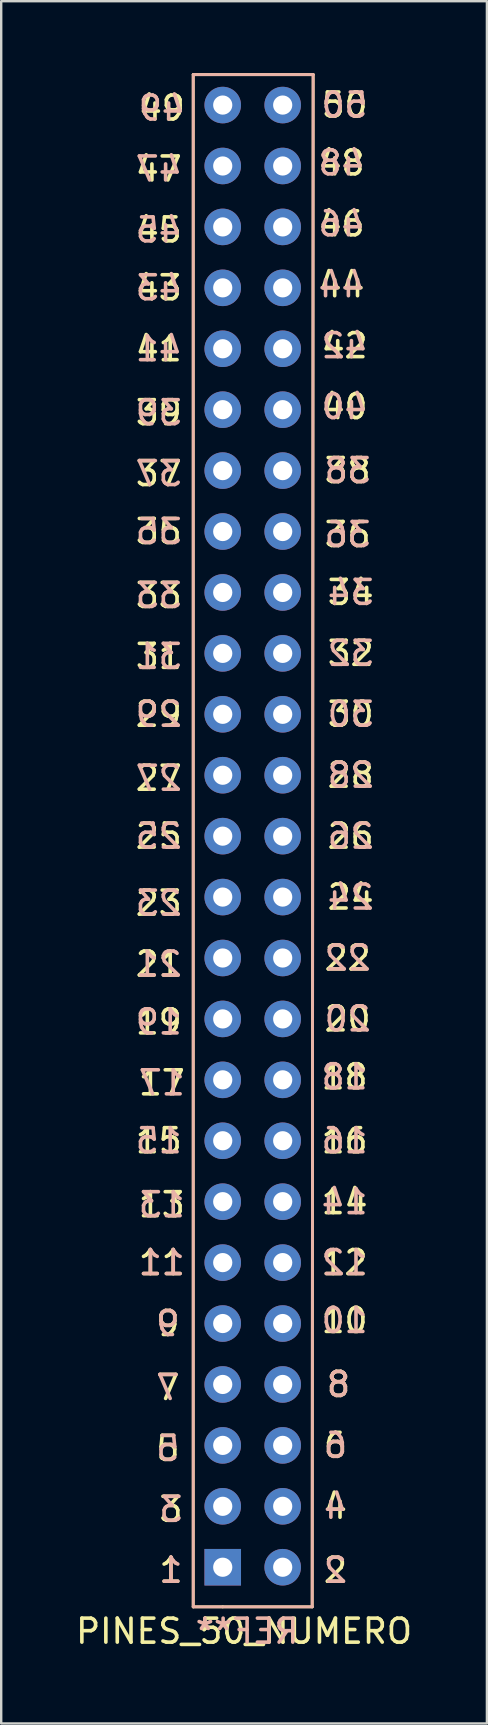
<source format=kicad_pcb>
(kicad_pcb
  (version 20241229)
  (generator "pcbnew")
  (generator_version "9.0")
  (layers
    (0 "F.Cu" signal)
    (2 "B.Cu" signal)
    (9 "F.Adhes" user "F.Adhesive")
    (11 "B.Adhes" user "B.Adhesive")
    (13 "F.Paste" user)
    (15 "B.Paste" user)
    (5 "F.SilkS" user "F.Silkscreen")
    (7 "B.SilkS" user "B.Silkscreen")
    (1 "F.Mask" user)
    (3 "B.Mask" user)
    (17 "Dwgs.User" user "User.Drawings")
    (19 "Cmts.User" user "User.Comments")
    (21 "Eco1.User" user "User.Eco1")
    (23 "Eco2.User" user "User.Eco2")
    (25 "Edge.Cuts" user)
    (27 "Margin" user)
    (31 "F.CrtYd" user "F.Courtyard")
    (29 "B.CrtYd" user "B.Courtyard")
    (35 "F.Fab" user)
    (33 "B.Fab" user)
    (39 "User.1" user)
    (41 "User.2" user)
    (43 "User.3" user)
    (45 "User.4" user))
  (footprint "PINES_50_NUMERO"
    (layer "F.Cu")
    (at 7.506 31.81)
    (property "Reference" "PINES_50_NUMERO" (at -0.381 33.147 0) (layer "F.SilkS") (effects (font (size 1 1) (thickness 0.15))))
    (attr through_hole)
    (fp_line (start -2.5 32.131) (end -2.5 -31.75) (stroke (width 0.12) (type solid)) (layer "F.SilkS"))
    (fp_line (start -1.27 32.131) (end -2.5 32.131) (stroke (width 0.12) (type solid)) (layer "F.SilkS"))
    (fp_line (start -1.27 32.131) (end 2.46 32.131) (stroke (width 0.12) (type solid)) (layer "F.SilkS"))
    (fp_line (start 2.46 32.131) (end 2.5 -31.75) (stroke (width 0.12) (type solid)) (layer "F.SilkS"))
    (fp_line (start 2.5 -31.75) (end -2.5 -31.75) (stroke (width 0.12) (type solid)) (layer "F.SilkS"))
    (fp_line (start -2.5 -31.75) (end -2.5 32.131) (stroke (width 0.12) (type solid)) (layer "B.SilkS"))
    (fp_line (start -2.5 -31.75) (end 2.5 -31.75) (stroke (width 0.12) (type solid)) (layer "B.SilkS"))
    (fp_line (start -2.5 32.131) (end 2.46 32.131) (stroke (width 0.12) (type solid)) (layer "B.SilkS"))
    (fp_line (start 2.5 -31.75) (end 2.46 32.131) (stroke (width 0.12) (type solid)) (layer "B.SilkS"))
    (fp_text user "13" (at -3.81 15.367 0) (layer "F.SilkS") (effects (font (size 1 1) (thickness 0.15))))
    (fp_text user "20" (at 3.937 7.62 0) (layer "F.SilkS") (effects (font (size 1 1) (thickness 0.15))))
    (fp_text user "9" (at -3.556 20.32 0) (layer "F.SilkS") (effects (font (size 1 1) (thickness 0.15))))
    (fp_text user "37" (at -3.937 -15.113 0) (layer "F.SilkS") (effects (font (size 1 1) (thickness 0.15))))
    (fp_text user "5" (at -3.556 25.527 0) (layer "F.SilkS") (effects (font (size 1 1) (thickness 0.15))))
    (fp_text user "47" (at -3.937 -27.813 0) (layer "F.SilkS") (effects (font (size 1 1) (thickness 0.15))))
    (fp_text user "25" (at -3.937 0 0) (layer "F.SilkS") (effects (font (size 1 1) (thickness 0.15))))
    (fp_text user "23" (at -3.937 2.794 0) (layer "F.SilkS") (effects (font (size 1 1) (thickness 0.15))))
    (fp_text user "21" (at -3.937 5.334 0) (layer "F.SilkS") (effects (font (size 1 1) (thickness 0.15))))
    (fp_text user "44" (at 3.683 -22.987 0) (layer "F.SilkS") (effects (font (size 1 1) (thickness 0.15))))
    (fp_text user "4" (at 3.429 27.94 0) (layer "F.SilkS") (effects (font (size 1 1) (thickness 0.15))))
    (fp_text user "34" (at 4.064 -10.16 0) (layer "F.SilkS") (effects (font (size 1 1) (thickness 0.15))))
    (fp_text user "27" (at -3.937 -2.413 0) (layer "F.SilkS") (effects (font (size 1 1) (thickness 0.15))))
    (fp_text user "10" (at 3.81 20.193 0) (layer "F.SilkS") (effects (font (size 1 1) (thickness 0.15))))
    (fp_text user "3" (at -3.429 28.067 0) (layer "F.SilkS") (effects (font (size 1 1) (thickness 0.15))))
    (fp_text user "24" (at 4.064 2.54 0) (layer "F.SilkS") (effects (font (size 1 1) (thickness 0.15))))
    (fp_text user "35" (at -3.937 -12.7 0) (layer "F.SilkS") (effects (font (size 1 1) (thickness 0.15))))
    (fp_text user "7" (at -3.556 22.987 0) (layer "F.SilkS") (effects (font (size 1 1) (thickness 0.15))))
    (fp_text user "17" (at -3.81 10.287 0) (layer "F.SilkS") (effects (font (size 1 1) (thickness 0.15))))
    (fp_text user "1" (at -3.429 30.607 0) (layer "F.SilkS") (effects (font (size 1 1) (thickness 0.15))))
    (fp_text user "40" (at 3.81 -17.907 0) (layer "F.SilkS") (effects (font (size 1 1) (thickness 0.15))))
    (fp_text user "29" (at -3.937 -5.08 0) (layer "F.SilkS") (effects (font (size 1 1) (thickness 0.15))))
    (fp_text user "36" (at 3.937 -12.573 0) (layer "F.SilkS") (effects (font (size 1 1) (thickness 0.15))))
    (fp_text user "26" (at 4.064 0 0) (layer "F.SilkS") (effects (font (size 1 1) (thickness 0.15))))
    (fp_text user "45" (at -3.937 -25.273 0) (layer "F.SilkS") (effects (font (size 1 1) (thickness 0.15))))
    (fp_text user "19" (at -3.937 7.747 0) (layer "F.SilkS") (effects (font (size 1 1) (thickness 0.15))))
    (fp_text user "39" (at -3.937 -17.653 0) (layer "F.SilkS") (effects (font (size 1 1) (thickness 0.15))))
    (fp_text user "22" (at 3.937 5.08 0) (layer "F.SilkS") (effects (font (size 1 1) (thickness 0.15))))
    (fp_text user "11" (at -3.81 17.78 0) (layer "F.SilkS") (effects (font (size 1 1) (thickness 0.15))))
    (fp_text user "8" (at 3.556 22.86 0) (layer "F.SilkS") (effects (font (size 1 1) (thickness 0.15))))
    (fp_text user "28" (at 4.064 -2.54 0) (layer "F.SilkS") (effects (font (size 1 1) (thickness 0.15))))
    (fp_text user "33" (at -3.937 -10.033 0) (layer "F.SilkS") (effects (font (size 1 1) (thickness 0.15))))
    (fp_text user "18" (at 3.81 10.033 0) (layer "F.SilkS") (effects (font (size 1 1) (thickness 0.15))))
    (fp_text user "15" (at -3.937 12.7 0) (layer "F.SilkS") (effects (font (size 1 1) (thickness 0.15))))
    (fp_text user "31" (at -3.937 -7.493 0) (layer "F.SilkS") (effects (font (size 1 1) (thickness 0.15))))
    (fp_text user "32" (at 4.064 -7.62 0) (layer "F.SilkS") (effects (font (size 1 1) (thickness 0.15))))
    (fp_text user "30" (at 4.064 -5.08 0) (layer "F.SilkS") (effects (font (size 1 1) (thickness 0.15))))
    (fp_text user "2" (at 3.429 30.607 0) (layer "F.SilkS") (effects (font (size 1 1) (thickness 0.15))))
    (fp_text user "41" (at -3.937 -20.32 0) (layer "F.SilkS") (effects (font (size 1 1) (thickness 0.15))))
    (fp_text user "49" (at -3.81 -30.353 0) (layer "F.SilkS") (effects (font (size 1 1) (thickness 0.15))))
    (fp_text user "38" (at 3.937 -15.24 0) (layer "F.SilkS") (effects (font (size 1 1) (thickness 0.15))))
    (fp_text user "50" (at 3.81 -30.48 0) (layer "F.SilkS") (effects (font (size 1 1) (thickness 0.15))))
    (fp_text user "42" (at 3.81 -20.447 0) (layer "F.SilkS") (effects (font (size 1 1) (thickness 0.15))))
    (fp_text user "16" (at 3.81 12.7 0) (layer "F.SilkS") (effects (font (size 1 1) (thickness 0.15))))
    (fp_text user "46" (at 3.683 -25.527 0) (layer "F.SilkS") (effects (font (size 1 1) (thickness 0.15))))
    (fp_text user "14" (at 3.81 15.24 0) (layer "F.SilkS") (effects (font (size 1 1) (thickness 0.15))))
    (fp_text user "48" (at 3.683 -28.067 0) (layer "F.SilkS") (effects (font (size 1 1) (thickness 0.15))))
    (fp_text user "6" (at 3.429 25.4 0) (layer "F.SilkS") (effects (font (size 1 1) (thickness 0.15))))
    (fp_text user "12" (at 3.81 17.78 0) (layer "F.SilkS") (effects (font (size 1 1) (thickness 0.15))))
    (fp_text user "43" (at -3.937 -22.86 0) (layer "F.SilkS") (effects (font (size 1 1) (thickness 0.15))))
    (fp_text user "36" (at 3.937 -12.573 0) (layer "B.SilkS") (effects (font (size 1 1) (thickness 0.15)) (justify mirror)))
    (fp_text user "4" (at 3.429 27.94 0) (layer "B.SilkS") (effects (font (size 1 1) (thickness 0.15)) (justify mirror)))
    (fp_text user "19" (at -3.937 7.747 0) (layer "B.SilkS") (effects (font (size 1 1) (thickness 0.15)) (justify mirror)))
    (fp_text user "21" (at -3.937 5.334 0) (layer "B.SilkS") (effects (font (size 1 1) (thickness 0.15)) (justify mirror)))
    (fp_text user "46" (at 3.683 -25.527 0) (layer "B.SilkS") (effects (font (size 1 1) (thickness 0.15)) (justify mirror)))
    (fp_text user "25" (at -3.937 0 0) (layer "B.SilkS") (effects (font (size 1 1) (thickness 0.15)) (justify mirror)))
    (fp_text user "30" (at 4.064 -5.08 0) (layer "B.SilkS") (effects (font (size 1 1) (thickness 0.15)) (justify mirror)))
    (fp_text user "28" (at 4.064 -2.54 0) (layer "B.SilkS") (effects (font (size 1 1) (thickness 0.15)) (justify mirror)))
    (fp_text user "3" (at -3.429 28.067 0) (layer "B.SilkS") (effects (font (size 1 1) (thickness 0.15)) (justify mirror)))
    (fp_text user "43" (at -3.937 -22.86 0) (layer "B.SilkS") (effects (font (size 1 1) (thickness 0.15)) (justify mirror)))
    (fp_text user "39" (at -3.937 -17.653 0) (layer "B.SilkS") (effects (font (size 1 1) (thickness 0.15)) (justify mirror)))
    (fp_text user "5" (at -3.556 25.527 0) (layer "B.SilkS") (effects (font (size 1 1) (thickness 0.15)) (justify mirror)))
    (fp_text user "29" (at -3.937 -5.08 0) (layer "B.SilkS") (effects (font (size 1 1) (thickness 0.15)) (justify mirror)))
    (fp_text user "16" (at 3.81 12.7 0) (layer "B.SilkS") (effects (font (size 1 1) (thickness 0.15)) (justify mirror)))
    (fp_text user "24" (at 4.064 2.54 0) (layer "B.SilkS") (effects (font (size 1 1) (thickness 0.15)) (justify mirror)))
    (fp_text user "33" (at -3.937 -10.033 0) (layer "B.SilkS") (effects (font (size 1 1) (thickness 0.15)) (justify mirror)))
    (fp_text user "44" (at 3.683 -22.987 0) (layer "B.SilkS") (effects (font (size 1 1) (thickness 0.15)) (justify mirror)))
    (fp_text user "17" (at -3.81 10.287 0) (layer "B.SilkS") (effects (font (size 1 1) (thickness 0.15)) (justify mirror)))
    (fp_text user "26" (at 4.064 0 0) (layer "B.SilkS") (effects (font (size 1 1) (thickness 0.15)) (justify mirror)))
    (fp_text user "40" (at 3.81 -17.907 0) (layer "B.SilkS") (effects (font (size 1 1) (thickness 0.15)) (justify mirror)))
    (fp_text user "10" (at 3.81 20.193 0) (layer "B.SilkS") (effects (font (size 1 1) (thickness 0.15)) (justify mirror)))
    (fp_text user "37" (at -3.937 -15.113 0) (layer "B.SilkS") (effects (font (size 1 1) (thickness 0.15)) (justify mirror)))
    (fp_text user "50" (at 3.81 -30.48 0) (layer "B.SilkS") (effects (font (size 1 1) (thickness 0.15)) (justify mirror)))
    (fp_text user "47" (at -3.937 -27.813 0) (layer "B.SilkS") (effects (font (size 1 1) (thickness 0.15)) (justify mirror)))
    (fp_text user "32" (at 4.064 -7.62 0) (layer "B.SilkS") (effects (font (size 1 1) (thickness 0.15)) (justify mirror)))
    (fp_text user "13" (at -3.81 15.367 0) (layer "B.SilkS") (effects (font (size 1 1) (thickness 0.15)) (justify mirror)))
    (fp_text user "6" (at 3.429 25.4 0) (layer "B.SilkS") (effects (font (size 1 1) (thickness 0.15)) (justify mirror)))
    (fp_text user "45" (at -3.937 -25.273 0) (layer "B.SilkS") (effects (font (size 1 1) (thickness 0.15)) (justify mirror)))
    (fp_text user "7" (at -3.556 22.987 0) (layer "B.SilkS") (effects (font (size 1 1) (thickness 0.15)) (justify mirror)))
    (fp_text user "42" (at 3.81 -20.447 0) (layer "B.SilkS") (effects (font (size 1 1) (thickness 0.15)) (justify mirror)))
    (fp_text user "15" (at -3.937 12.7 0) (layer "B.SilkS") (effects (font (size 1 1) (thickness 0.15)) (justify mirror)))
    (fp_text user "41" (at -3.937 -20.32 0) (layer "B.SilkS") (effects (font (size 1 1) (thickness 0.15)) (justify mirror)))
    (fp_text user "38" (at 3.937 -15.24 0) (layer "B.SilkS") (effects (font (size 1 1) (thickness 0.15)) (justify mirror)))
    (fp_text user "9" (at -3.556 20.32 0) (layer "B.SilkS") (effects (font (size 1 1) (thickness 0.15)) (justify mirror)))
    (fp_text user "27" (at -3.937 -2.413 0) (layer "B.SilkS") (effects (font (size 1 1) (thickness 0.15)) (justify mirror)))
    (fp_text user "22" (at 3.937 5.08 0) (layer "B.SilkS") (effects (font (size 1 1) (thickness 0.15)) (justify mirror)))
    (fp_text user "1" (at -3.429 30.607 0) (layer "B.SilkS") (effects (font (size 1 1) (thickness 0.15)) (justify mirror)))
    (fp_text user "35" (at -3.937 -12.7 0) (layer "B.SilkS") (effects (font (size 1 1) (thickness 0.15)) (justify mirror)))
    (fp_text user "REF**" (at -0.254 33.147 180) (layer "B.SilkS") (effects (font (size 1 1) (thickness 0.15)) (justify mirror)))
    (fp_text user "31" (at -3.937 -7.493 0) (layer "B.SilkS") (effects (font (size 1 1) (thickness 0.15)) (justify mirror)))
    (fp_text user "48" (at 3.683 -28.067 0) (layer "B.SilkS") (effects (font (size 1 1) (thickness 0.15)) (justify mirror)))
    (fp_text user "49" (at -3.81 -30.353 0) (layer "B.SilkS") (effects (font (size 1 1) (thickness 0.15)) (justify mirror)))
    (fp_text user "14" (at 3.81 15.24 0) (layer "B.SilkS") (effects (font (size 1 1) (thickness 0.15)) (justify mirror)))
    (fp_text user "23" (at -3.937 2.794 0) (layer "B.SilkS") (effects (font (size 1 1) (thickness 0.15)) (justify mirror)))
    (fp_text user "2" (at 3.429 30.607 0) (layer "B.SilkS") (effects (font (size 1 1) (thickness 0.15)) (justify mirror)))
    (fp_text user "20" (at 3.937 7.62 0) (layer "B.SilkS") (effects (font (size 1 1) (thickness 0.15)) (justify mirror)))
    (fp_text user "11" (at -3.81 17.78 0) (layer "B.SilkS") (effects (font (size 1 1) (thickness 0.15)) (justify mirror)))
    (fp_text user "8" (at 3.556 22.86 0) (layer "B.SilkS") (effects (font (size 1 1) (thickness 0.15)) (justify mirror)))
    (fp_text user "18" (at 3.81 10.033 0) (layer "B.SilkS") (effects (font (size 1 1) (thickness 0.15)) (justify mirror)))
    (fp_text user "34" (at 4.064 -10.16 0) (layer "B.SilkS") (effects (font (size 1 1) (thickness 0.15)) (justify mirror)))
    (fp_text user "12" (at 3.81 17.78 0) (layer "B.SilkS") (effects (font (size 1 1) (thickness 0.15)) (justify mirror)))
    (pad "1" thru_hole rect (at -1.27 30.48) (size 1.524 1.524) (drill 0.8) (layers "*.Cu" "*.Mask"))
    (pad "2" thru_hole circle (at 1.23 30.48) (size 1.524 1.524) (drill 0.8) (layers "*.Cu" "*.Mask"))
    (pad "3" thru_hole circle (at -1.27 27.94) (size 1.524 1.524) (drill 0.8) (layers "*.Cu" "*.Mask"))
    (pad "4" thru_hole circle (at 1.23 27.94) (size 1.524 1.524) (drill 0.8) (layers "*.Cu" "*.Mask"))
    (pad "5" thru_hole circle (at -1.27 25.4) (size 1.524 1.524) (drill 0.8) (layers "*.Cu" "*.Mask"))
    (pad "6" thru_hole circle (at 1.23 25.4) (size 1.524 1.524) (drill 0.8) (layers "*.Cu" "*.Mask"))
    (pad "7" thru_hole circle (at -1.27 22.86) (size 1.524 1.524) (drill 0.8) (layers "*.Cu" "*.Mask"))
    (pad "8" thru_hole circle (at 1.23 22.86) (size 1.524 1.524) (drill 0.8) (layers "*.Cu" "*.Mask"))
    (pad "9" thru_hole circle (at -1.27 20.32) (size 1.524 1.524) (drill 0.8) (layers "*.Cu" "*.Mask"))
    (pad "10" thru_hole circle (at 1.23 20.32) (size 1.524 1.524) (drill 0.8) (layers "*.Cu" "*.Mask"))
    (pad "11" thru_hole circle (at -1.27 17.78) (size 1.524 1.524) (drill 0.8) (layers "*.Cu" "*.Mask"))
    (pad "12" thru_hole circle (at 1.23 17.78) (size 1.524 1.524) (drill 0.8) (layers "*.Cu" "*.Mask"))
    (pad "13" thru_hole circle (at -1.27 15.24) (size 1.524 1.524) (drill 0.8) (layers "*.Cu" "*.Mask"))
    (pad "14" thru_hole circle (at 1.23 15.24) (size 1.524 1.524) (drill 0.8) (layers "*.Cu" "*.Mask"))
    (pad "15" thru_hole circle (at -1.27 12.7) (size 1.524 1.524) (drill 0.8) (layers "*.Cu" "*.Mask"))
    (pad "16" thru_hole circle (at 1.23 12.7) (size 1.524 1.524) (drill 0.8) (layers "*.Cu" "*.Mask"))
    (pad "17" thru_hole circle (at -1.27 10.16) (size 1.524 1.524) (drill 0.8) (layers "*.Cu" "*.Mask"))
    (pad "18" thru_hole circle (at 1.23 10.16) (size 1.524 1.524) (drill 0.8) (layers "*.Cu" "*.Mask"))
    (pad "19" thru_hole circle (at -1.27 7.62) (size 1.524 1.524) (drill 0.8) (layers "*.Cu" "*.Mask"))
    (pad "20" thru_hole circle (at 1.23 7.62) (size 1.524 1.524) (drill 0.8) (layers "*.Cu" "*.Mask"))
    (pad "21" thru_hole circle (at -1.27 5.08) (size 1.524 1.524) (drill 0.8) (layers "*.Cu" "*.Mask"))
    (pad "22" thru_hole circle (at 1.23 5.08) (size 1.524 1.524) (drill 0.8) (layers "*.Cu" "*.Mask"))
    (pad "23" thru_hole circle (at -1.27 2.54) (size 1.524 1.524) (drill 0.8) (layers "*.Cu" "*.Mask"))
    (pad "24" thru_hole circle (at 1.23 2.54) (size 1.524 1.524) (drill 0.8) (layers "*.Cu" "*.Mask"))
    (pad "25" thru_hole circle (at -1.27 0) (size 1.524 1.524) (drill 0.8) (layers "*.Cu" "*.Mask"))
    (pad "26" thru_hole circle (at 1.23 0) (size 1.524 1.524) (drill 0.8) (layers "*.Cu" "*.Mask"))
    (pad "27" thru_hole circle (at -1.27 -2.54) (size 1.524 1.524) (drill 0.8) (layers "*.Cu" "*.Mask"))
    (pad "28" thru_hole circle (at 1.23 -2.54) (size 1.524 1.524) (drill 0.8) (layers "*.Cu" "*.Mask"))
    (pad "29" thru_hole circle (at -1.27 -5.08) (size 1.524 1.524) (drill 0.8) (layers "*.Cu" "*.Mask"))
    (pad "30" thru_hole circle (at 1.23 -5.08) (size 1.524 1.524) (drill 0.8) (layers "*.Cu" "*.Mask"))
    (pad "31" thru_hole circle (at -1.27 -7.62) (size 1.524 1.524) (drill 0.8) (layers "*.Cu" "*.Mask"))
    (pad "32" thru_hole circle (at 1.23 -7.62) (size 1.524 1.524) (drill 0.8) (layers "*.Cu" "*.Mask"))
    (pad "33" thru_hole circle (at -1.27 -10.16) (size 1.524 1.524) (drill 0.8) (layers "*.Cu" "*.Mask"))
    (pad "34" thru_hole circle (at 1.23 -10.16) (size 1.524 1.524) (drill 0.8) (layers "*.Cu" "*.Mask"))
    (pad "35" thru_hole circle (at -1.27 -12.7) (size 1.524 1.524) (drill 0.8) (layers "*.Cu" "*.Mask"))
    (pad "36" thru_hole circle (at 1.23 -12.7) (size 1.524 1.524) (drill 0.8) (layers "*.Cu" "*.Mask"))
    (pad "37" thru_hole circle (at -1.27 -15.24) (size 1.524 1.524) (drill 0.8) (layers "*.Cu" "*.Mask"))
    (pad "38" thru_hole circle (at 1.23 -15.24) (size 1.524 1.524) (drill 0.8) (layers "*.Cu" "*.Mask"))
    (pad "39" thru_hole circle (at -1.27 -17.78) (size 1.524 1.524) (drill 0.8) (layers "*.Cu" "*.Mask"))
    (pad "40" thru_hole circle (at 1.23 -17.78) (size 1.524 1.524) (drill 0.8) (layers "*.Cu" "*.Mask"))
    (pad "41" thru_hole circle (at -1.27 -20.32) (size 1.524 1.524) (drill 0.8) (layers "*.Cu" "*.Mask"))
    (pad "42" thru_hole circle (at 1.23 -20.32) (size 1.524 1.524) (drill 0.8) (layers "*.Cu" "*.Mask"))
    (pad "43" thru_hole circle (at -1.27 -22.86) (size 1.524 1.524) (drill 0.8) (layers "*.Cu" "*.Mask"))
    (pad "44" thru_hole circle (at 1.23 -22.86) (size 1.524 1.524) (drill 0.8) (layers "*.Cu" "*.Mask"))
    (pad "45" thru_hole circle (at -1.27 -25.4) (size 1.524 1.524) (drill 0.8) (layers "*.Cu" "*.Mask"))
    (pad "46" thru_hole circle (at 1.23 -25.4) (size 1.524 1.524) (drill 0.8) (layers "*.Cu" "*.Mask"))
    (pad "47" thru_hole circle (at -1.27 -27.94) (size 1.524 1.524) (drill 0.8) (layers "*.Cu" "*.Mask"))
    (pad "48" thru_hole circle (at 1.23 -27.94) (size 1.524 1.524) (drill 0.8) (layers "*.Cu" "*.Mask"))
    (pad "49" thru_hole circle (at -1.27 -30.48) (size 1.524 1.524) (drill 0.8) (layers "*.Cu" "*.Mask"))
    (pad "50" thru_hole circle (at 1.23 -30.48) (size 1.524 1.524) (drill 0.8) (layers "*.Cu" "*.Mask")))
  (gr_rect
    (start -3 -3)
    (end 17.25 68.805)
    (stroke (width 0.1) (type default))
    (fill no)
    (layer "Edge.Cuts")))
</source>
